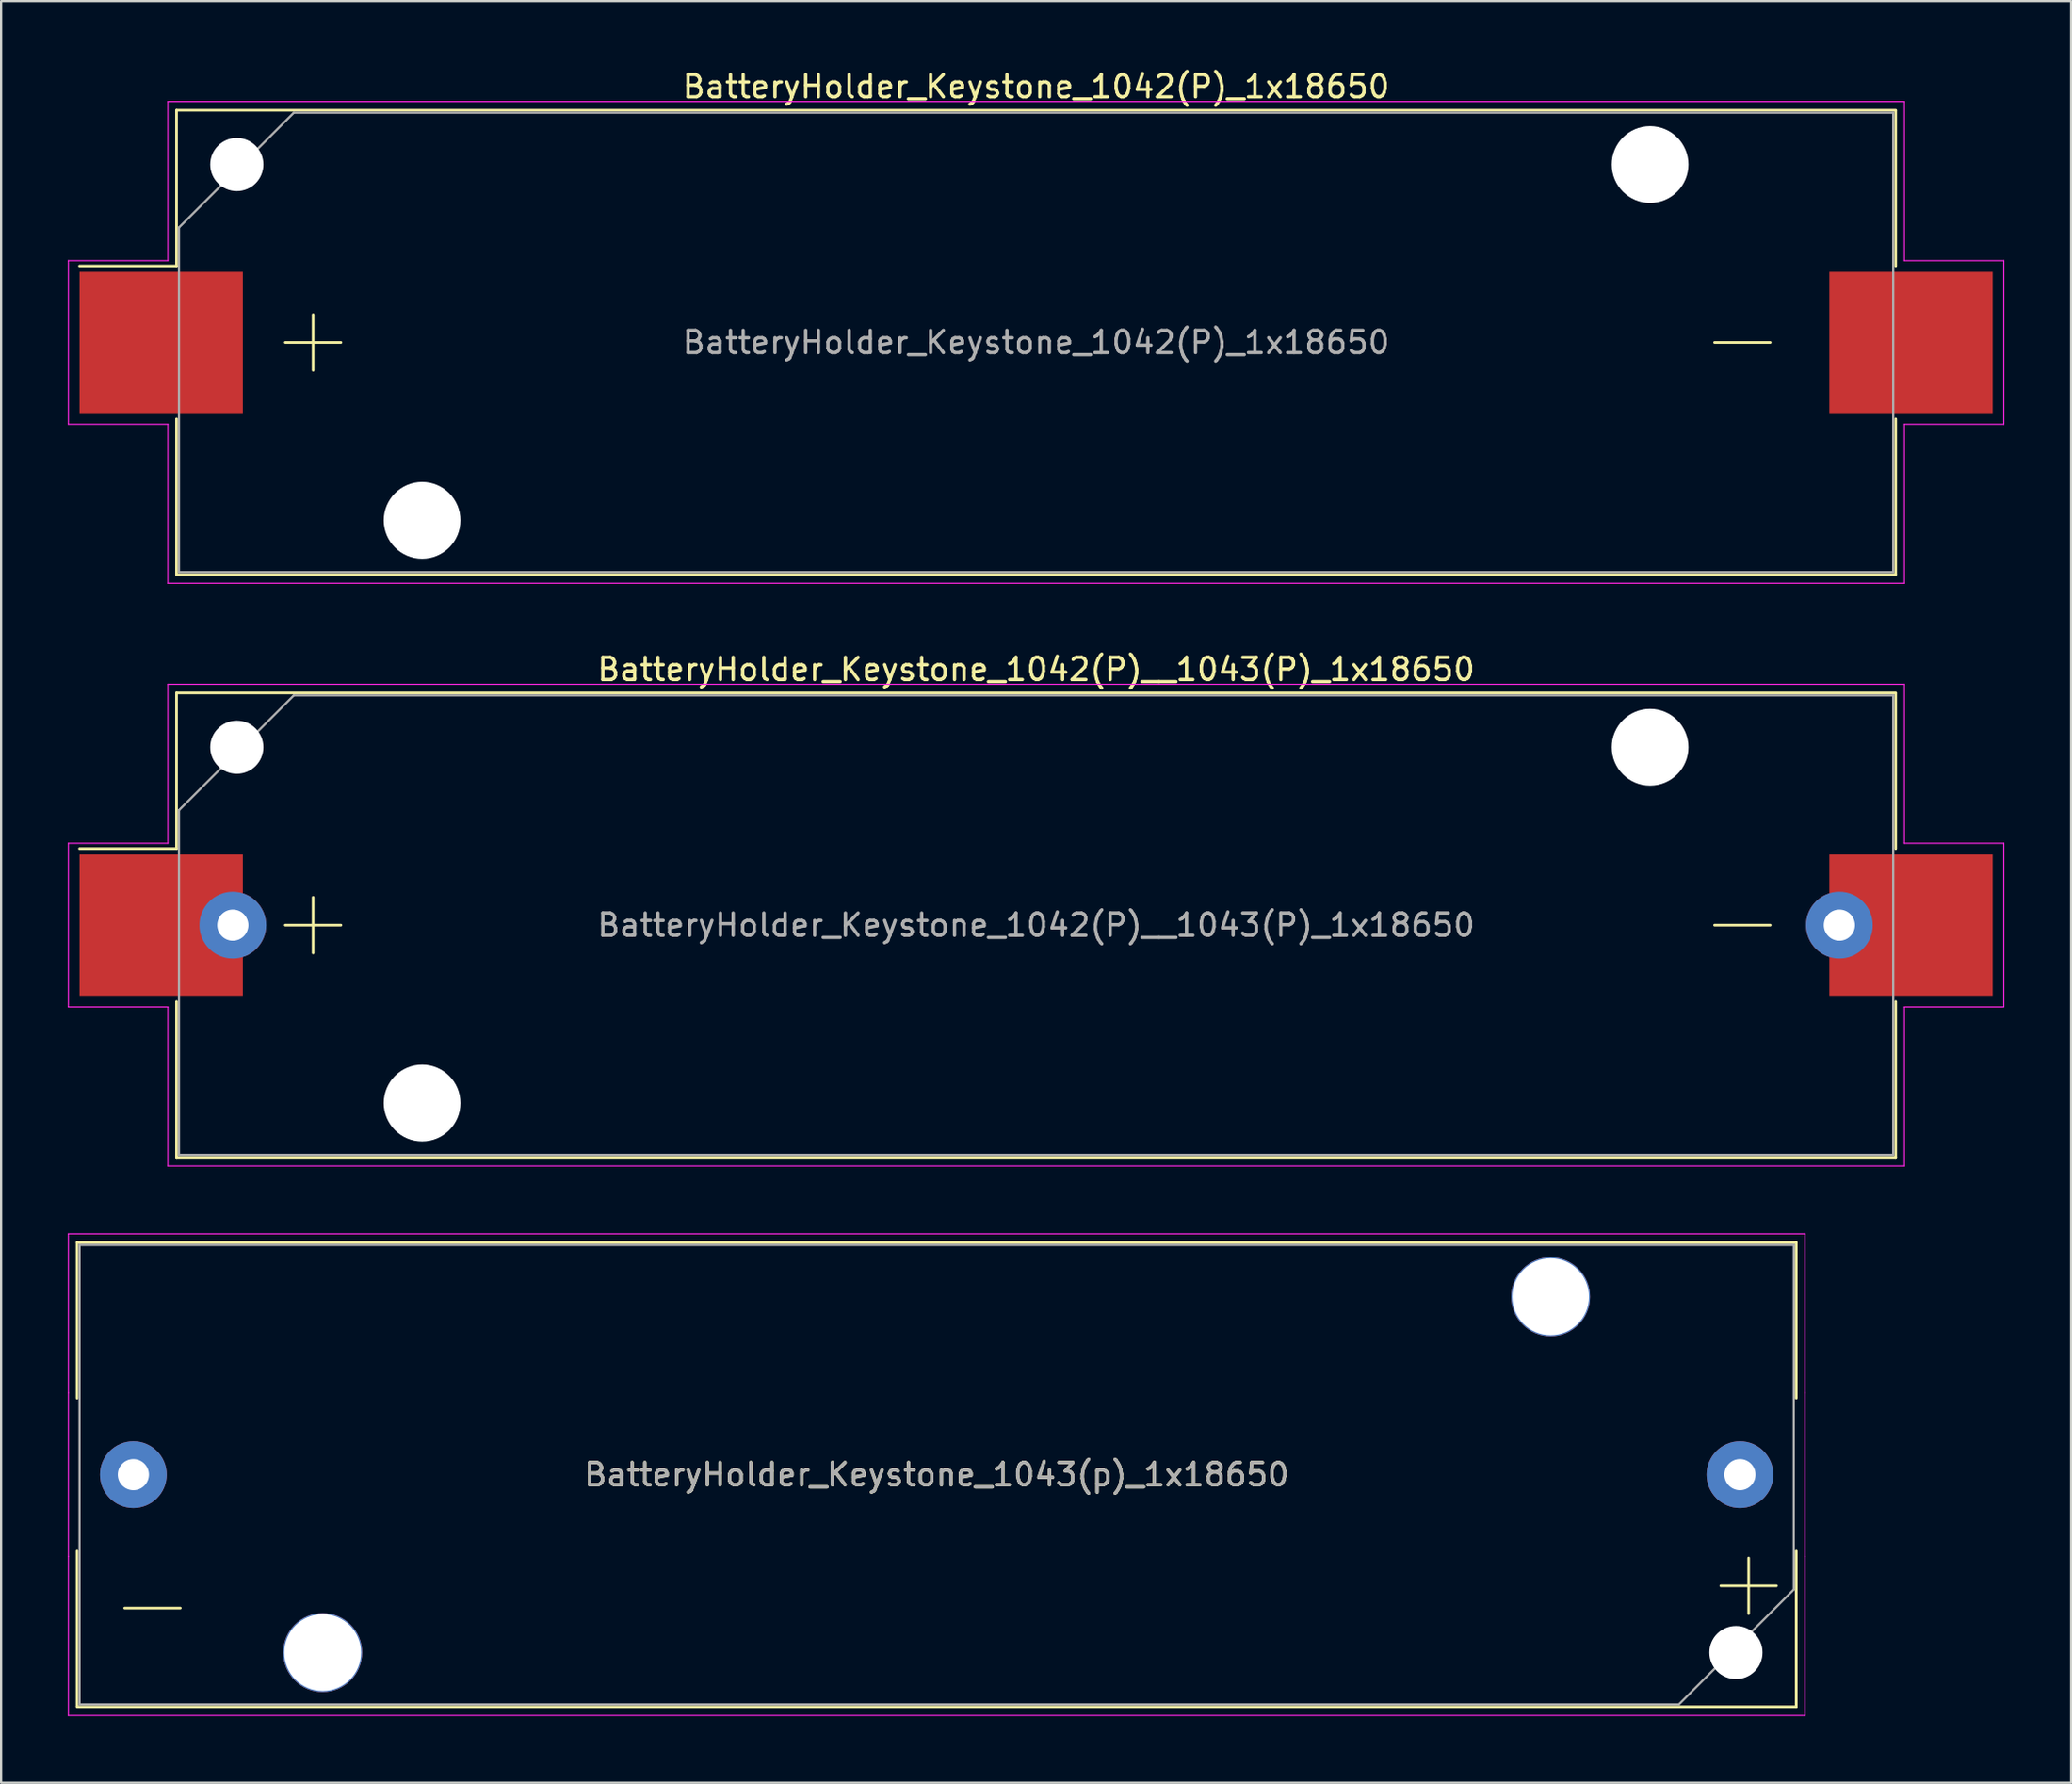
<source format=kicad_pcb>
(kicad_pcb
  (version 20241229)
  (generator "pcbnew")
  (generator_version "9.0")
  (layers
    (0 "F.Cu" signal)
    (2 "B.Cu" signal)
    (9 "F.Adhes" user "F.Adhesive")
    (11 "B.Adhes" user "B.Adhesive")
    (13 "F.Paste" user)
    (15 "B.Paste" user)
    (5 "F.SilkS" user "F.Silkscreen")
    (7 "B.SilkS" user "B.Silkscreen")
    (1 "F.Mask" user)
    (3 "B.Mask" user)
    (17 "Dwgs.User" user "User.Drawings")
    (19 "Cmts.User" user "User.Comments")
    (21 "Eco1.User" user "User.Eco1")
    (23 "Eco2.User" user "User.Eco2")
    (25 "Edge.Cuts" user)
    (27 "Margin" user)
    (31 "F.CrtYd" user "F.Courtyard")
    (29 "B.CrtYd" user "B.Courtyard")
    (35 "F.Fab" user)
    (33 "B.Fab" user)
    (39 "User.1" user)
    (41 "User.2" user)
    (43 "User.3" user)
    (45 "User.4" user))
  (footprint "BatteryHolder_Keystone_1042(P)__1043(P)_1x18650"
    (layer "F.Cu")
    (at 43.525 38.551)
    (property "Reference" "BatteryHolder_Keystone_1042(P)__1043(P)_1x18650" (at 0 -11.5 0) (layer "F.SilkS") (effects (font (size 1 1) (thickness 0.15))))
    (attr smd)
    (fp_line (start -38.64 -10.44) (end -38.64 -3.44) (stroke (width 0.12) (type solid)) (layer "F.SilkS"))
    (fp_line (start -38.64 -3.44) (end -43 -3.44) (stroke (width 0.12) (type solid)) (layer "F.SilkS"))
    (fp_line (start -38.64 10.44) (end -38.64 3.44) (stroke (width 0.12) (type solid)) (layer "F.SilkS"))
    (fp_line (start -33.75 0) (end -31.25 0) (stroke (width 0.12) (type solid)) (layer "F.SilkS"))
    (fp_line (start -32.5 1.25) (end -32.5 -1.25) (stroke (width 0.12) (type solid)) (layer "F.SilkS"))
    (fp_line (start 33 0) (end 30.5 0) (stroke (width 0.12) (type solid)) (layer "F.SilkS"))
    (fp_line (start 38.64 -10.44) (end -38.64 -10.44) (stroke (width 0.12) (type solid)) (layer "F.SilkS"))
    (fp_line (start 38.64 -3.44) (end 38.64 -10.42) (stroke (width 0.12) (type solid)) (layer "F.SilkS"))
    (fp_line (start 38.64 3.44) (end 38.64 10.44) (stroke (width 0.12) (type solid)) (layer "F.SilkS"))
    (fp_line (start 38.64 10.44) (end -38.64 10.44) (stroke (width 0.12) (type solid)) (layer "F.SilkS"))
    (fp_line (start -43.5 -3.68) (end -39.03 -3.68) (stroke (width 0.05) (type solid)) (layer "F.CrtYd"))
    (fp_line (start -43.5 3.68) (end -43.5 -3.68) (stroke (width 0.05) (type solid)) (layer "F.CrtYd"))
    (fp_line (start -39.03 -10.83) (end -39.03 -3.68) (stroke (width 0.05) (type solid)) (layer "F.CrtYd"))
    (fp_line (start -39.03 -10.83) (end 39.03 -10.83) (stroke (width 0.05) (type solid)) (layer "F.CrtYd"))
    (fp_line (start -39.03 3.68) (end -43.5 3.68) (stroke (width 0.05) (type solid)) (layer "F.CrtYd"))
    (fp_line (start -39.03 10.83) (end -39.03 3.68) (stroke (width 0.05) (type solid)) (layer "F.CrtYd"))
    (fp_line (start -39.03 10.83) (end 39.03 10.83) (stroke (width 0.05) (type solid)) (layer "F.CrtYd"))
    (fp_line (start 39.03 -10.83) (end 39.03 -3.68) (stroke (width 0.05) (type solid)) (layer "F.CrtYd"))
    (fp_line (start 39.03 3.68) (end 43.5 3.68) (stroke (width 0.05) (type solid)) (layer "F.CrtYd"))
    (fp_line (start 39.03 10.83) (end 39.03 3.68) (stroke (width 0.05) (type solid)) (layer "F.CrtYd"))
    (fp_line (start 43.5 -3.68) (end 39.03 -3.68) (stroke (width 0.05) (type solid)) (layer "F.CrtYd"))
    (fp_line (start 43.5 3.68) (end 43.5 -3.68) (stroke (width 0.05) (type solid)) (layer "F.CrtYd"))
    (fp_line (start -38.53 -5.168) (end -38.53 10.33) (stroke (width 0.1) (type solid)) (layer "F.Fab"))
    (fp_line (start -38.53 10.33) (end 38.53 10.33) (stroke (width 0.1) (type solid)) (layer "F.Fab"))
    (fp_line (start -33.367 -10.33) (end -38.53 -5.168) (stroke (width 0.1) (type solid)) (layer "F.Fab"))
    (fp_line (start -33.367 -10.33) (end 38.53 -10.33) (stroke (width 0.1) (type solid)) (layer "F.Fab"))
    (fp_line (start 38.53 -10.33) (end 38.53 10.33) (stroke (width 0.1) (type solid)) (layer "F.Fab"))
    (fp_text user "${REFERENCE}" (at 0 0 0) (layer "F.Fab") (effects (font (size 1 1) (thickness 0.15))))
    (pad "" np_thru_hole circle (at -35.93 -8) (size 2.39 2.39) (drill 2.39) (layers "*.Cu" "*.Mask"))
    (pad "" np_thru_hole circle (at -27.6 8) (size 3.45 3.45) (drill 3.45) (layers "*.Cu" "*.Mask"))
    (pad "" np_thru_hole circle (at 27.6 -8) (size 3.45 3.45) (drill 3.45) (layers "*.Cu" "*.Mask"))
    (pad "1" smd rect (at -39.33 0) (size 7.34 6.35) (layers "F.Cu" "F.Mask" "F.Paste"))
    (pad "1" thru_hole circle (at -36.11 0 180) (size 3 3) (drill 1.4) (layers "*.Cu" "*.Mask"))
    (pad "2" thru_hole circle (at 36.11 0) (size 3 3) (drill 1.4) (layers "*.Cu" "*.Mask"))
    (pad "2" smd rect (at 39.33 0) (size 7.34 6.35) (layers "F.Cu" "F.Mask" "F.Paste")))
  (footprint "BatteryHolder_Keystone_1043(p)_1x18650"
    (layer "F.Cu")
    (at 39.055 63.261)
    (property "Reference" "BatteryHolder_Keystone_1043(p)_1x18650" (at 0 0 180) (layer "F.SilkS") (effects (font (size 1 1) (thickness 0.15))))
    (attr smd)
    (fp_line (start -38.64 -10.44) (end 38.64 -10.44) (stroke (width 0.12) (type solid)) (layer "F.SilkS"))
    (fp_line (start -38.64 -3.44) (end -38.64 -10.44) (stroke (width 0.12) (type solid)) (layer "F.SilkS"))
    (fp_line (start -38.64 3.44) (end -38.64 10.42) (stroke (width 0.12) (type solid)) (layer "F.SilkS"))
    (fp_line (start -38.64 10.44) (end 38.64 10.44) (stroke (width 0.12) (type solid)) (layer "F.SilkS"))
    (fp_line (start -36.5 6) (end -34 6) (stroke (width 0.12) (type solid)) (layer "F.SilkS"))
    (fp_line (start 36.5 3.75) (end 36.5 6.25) (stroke (width 0.12) (type solid)) (layer "F.SilkS"))
    (fp_line (start 37.75 5) (end 35.25 5) (stroke (width 0.12) (type solid)) (layer "F.SilkS"))
    (fp_line (start 38.64 -10.44) (end 38.64 -3.44) (stroke (width 0.12) (type solid)) (layer "F.SilkS"))
    (fp_line (start 38.64 10.44) (end 38.64 3.44) (stroke (width 0.12) (type solid)) (layer "F.SilkS"))
    (fp_line (start -39.03 -10.83) (end -39.03 -3.68) (stroke (width 0.05) (type solid)) (layer "F.CrtYd"))
    (fp_line (start -39.03 -3.68) (end -39.03 3.68) (stroke (width 0.05) (type solid)) (layer "F.CrtYd"))
    (fp_line (start -39.03 10.83) (end -39.03 3.68) (stroke (width 0.05) (type solid)) (layer "F.CrtYd"))
    (fp_line (start 39.03 -10.83) (end -39.03 -10.83) (stroke (width 0.05) (type solid)) (layer "F.CrtYd"))
    (fp_line (start 39.03 -10.83) (end 39.03 -3.68) (stroke (width 0.05) (type solid)) (layer "F.CrtYd"))
    (fp_line (start 39.03 -3.68) (end 39.03 3.68) (stroke (width 0.05) (type solid)) (layer "F.CrtYd"))
    (fp_line (start 39.03 10.83) (end -39.03 10.83) (stroke (width 0.05) (type solid)) (layer "F.CrtYd"))
    (fp_line (start 39.03 10.83) (end 39.03 3.68) (stroke (width 0.05) (type solid)) (layer "F.CrtYd"))
    (fp_line (start -38.53 10.33) (end -38.53 -10.33) (stroke (width 0.1) (type solid)) (layer "F.Fab"))
    (fp_line (start 33.367 10.33) (end -38.53 10.33) (stroke (width 0.1) (type solid)) (layer "F.Fab"))
    (fp_line (start 33.367 10.33) (end 38.53 5.168) (stroke (width 0.1) (type solid)) (layer "F.Fab"))
    (fp_line (start 38.53 -10.33) (end -38.53 -10.33) (stroke (width 0.1) (type solid)) (layer "F.Fab"))
    (fp_line (start 38.53 5.168) (end 38.53 -10.33) (stroke (width 0.1) (type solid)) (layer "F.Fab"))
    (fp_text user "${REFERENCE}" (at 0 0 180) (layer "F.Fab") (effects (font (size 1 1) (thickness 0.15))))
    (pad "" np_thru_hole circle (at -27.6 8 180) (size 3.55 3.55) (drill 3.45) (layers "*.Cu" "*.Mask"))
    (pad "" np_thru_hole circle (at 27.6 -8 180) (size 3.55 3.55) (drill 3.45) (layers "*.Cu" "*.Mask"))
    (pad "" np_thru_hole circle (at 35.93 8 180) (size 2.39 2.39) (drill 2.39) (layers "*.Cu" "*.Mask"))
    (pad "1" thru_hole circle (at 36.11 0) (size 3 3) (drill 1.4) (layers "*.Cu" "*.Mask"))
    (pad "2" thru_hole circle (at -36.11 0 180) (size 3 3) (drill 1.4) (layers "*.Cu" "*.Mask")))
  (footprint "BatteryHolder_Keystone_1042(P)_1x18650"
    (layer "F.Cu")
    (at 43.525 12.348)
    (property "Reference" "BatteryHolder_Keystone_1042(P)_1x18650" (at 0 -11.5 0) (layer "F.SilkS") (effects (font (size 1 1) (thickness 0.15))))
    (attr smd)
    (fp_line (start -38.64 -10.44) (end -38.64 -3.44) (stroke (width 0.12) (type solid)) (layer "F.SilkS"))
    (fp_line (start -38.64 -3.44) (end -43 -3.44) (stroke (width 0.12) (type solid)) (layer "F.SilkS"))
    (fp_line (start -38.64 10.44) (end -38.64 3.44) (stroke (width 0.12) (type solid)) (layer "F.SilkS"))
    (fp_line (start -33.75 0) (end -31.25 0) (stroke (width 0.12) (type solid)) (layer "F.SilkS"))
    (fp_line (start -32.5 1.25) (end -32.5 -1.25) (stroke (width 0.12) (type solid)) (layer "F.SilkS"))
    (fp_line (start 33 0) (end 30.5 0) (stroke (width 0.12) (type solid)) (layer "F.SilkS"))
    (fp_line (start 38.64 -10.44) (end -38.64 -10.44) (stroke (width 0.12) (type solid)) (layer "F.SilkS"))
    (fp_line (start 38.64 -3.44) (end 38.64 -10.42) (stroke (width 0.12) (type solid)) (layer "F.SilkS"))
    (fp_line (start 38.64 3.44) (end 38.64 10.44) (stroke (width 0.12) (type solid)) (layer "F.SilkS"))
    (fp_line (start 38.64 10.44) (end -38.64 10.44) (stroke (width 0.12) (type solid)) (layer "F.SilkS"))
    (fp_line (start -43.5 -3.68) (end -39.03 -3.68) (stroke (width 0.05) (type solid)) (layer "F.CrtYd"))
    (fp_line (start -43.5 3.68) (end -43.5 -3.68) (stroke (width 0.05) (type solid)) (layer "F.CrtYd"))
    (fp_line (start -39.03 -10.83) (end -39.03 -3.68) (stroke (width 0.05) (type solid)) (layer "F.CrtYd"))
    (fp_line (start -39.03 -10.83) (end 39.03 -10.83) (stroke (width 0.05) (type solid)) (layer "F.CrtYd"))
    (fp_line (start -39.03 3.68) (end -43.5 3.68) (stroke (width 0.05) (type solid)) (layer "F.CrtYd"))
    (fp_line (start -39.03 10.83) (end -39.03 3.68) (stroke (width 0.05) (type solid)) (layer "F.CrtYd"))
    (fp_line (start -39.03 10.83) (end 39.03 10.83) (stroke (width 0.05) (type solid)) (layer "F.CrtYd"))
    (fp_line (start 39.03 -10.83) (end 39.03 -3.68) (stroke (width 0.05) (type solid)) (layer "F.CrtYd"))
    (fp_line (start 39.03 3.68) (end 43.5 3.68) (stroke (width 0.05) (type solid)) (layer "F.CrtYd"))
    (fp_line (start 39.03 10.83) (end 39.03 3.68) (stroke (width 0.05) (type solid)) (layer "F.CrtYd"))
    (fp_line (start 43.5 -3.68) (end 39.03 -3.68) (stroke (width 0.05) (type solid)) (layer "F.CrtYd"))
    (fp_line (start 43.5 3.68) (end 43.5 -3.68) (stroke (width 0.05) (type solid)) (layer "F.CrtYd"))
    (fp_line (start -38.53 -5.168) (end -38.53 10.33) (stroke (width 0.1) (type solid)) (layer "F.Fab"))
    (fp_line (start -38.53 10.33) (end 38.53 10.33) (stroke (width 0.1) (type solid)) (layer "F.Fab"))
    (fp_line (start -33.367 -10.33) (end -38.53 -5.168) (stroke (width 0.1) (type solid)) (layer "F.Fab"))
    (fp_line (start -33.367 -10.33) (end 38.53 -10.33) (stroke (width 0.1) (type solid)) (layer "F.Fab"))
    (fp_line (start 38.53 -10.33) (end 38.53 10.33) (stroke (width 0.1) (type solid)) (layer "F.Fab"))
    (fp_text user "${REFERENCE}" (at 0 0 0) (layer "F.Fab") (effects (font (size 1 1) (thickness 0.15))))
    (pad "" np_thru_hole circle (at -35.93 -8) (size 2.39 2.39) (drill 2.39) (layers "*.Cu" "*.Mask"))
    (pad "" np_thru_hole circle (at -27.6 8) (size 3.45 3.45) (drill 3.45) (layers "*.Cu" "*.Mask"))
    (pad "" np_thru_hole circle (at 27.6 -8) (size 3.45 3.45) (drill 3.45) (layers "*.Cu" "*.Mask"))
    (pad "1" smd rect (at -39.33 0) (size 7.34 6.35) (layers "F.Cu" "F.Mask" "F.Paste"))
    (pad "2" smd rect (at 39.33 0) (size 7.34 6.35) (layers "F.Cu" "F.Mask" "F.Paste")))
  (gr_rect
    (start -3 -3)
    (end 90.05 77.117)
    (stroke (width 0.1) (type default))
    (fill no)
    (layer "Edge.Cuts")))
</source>
